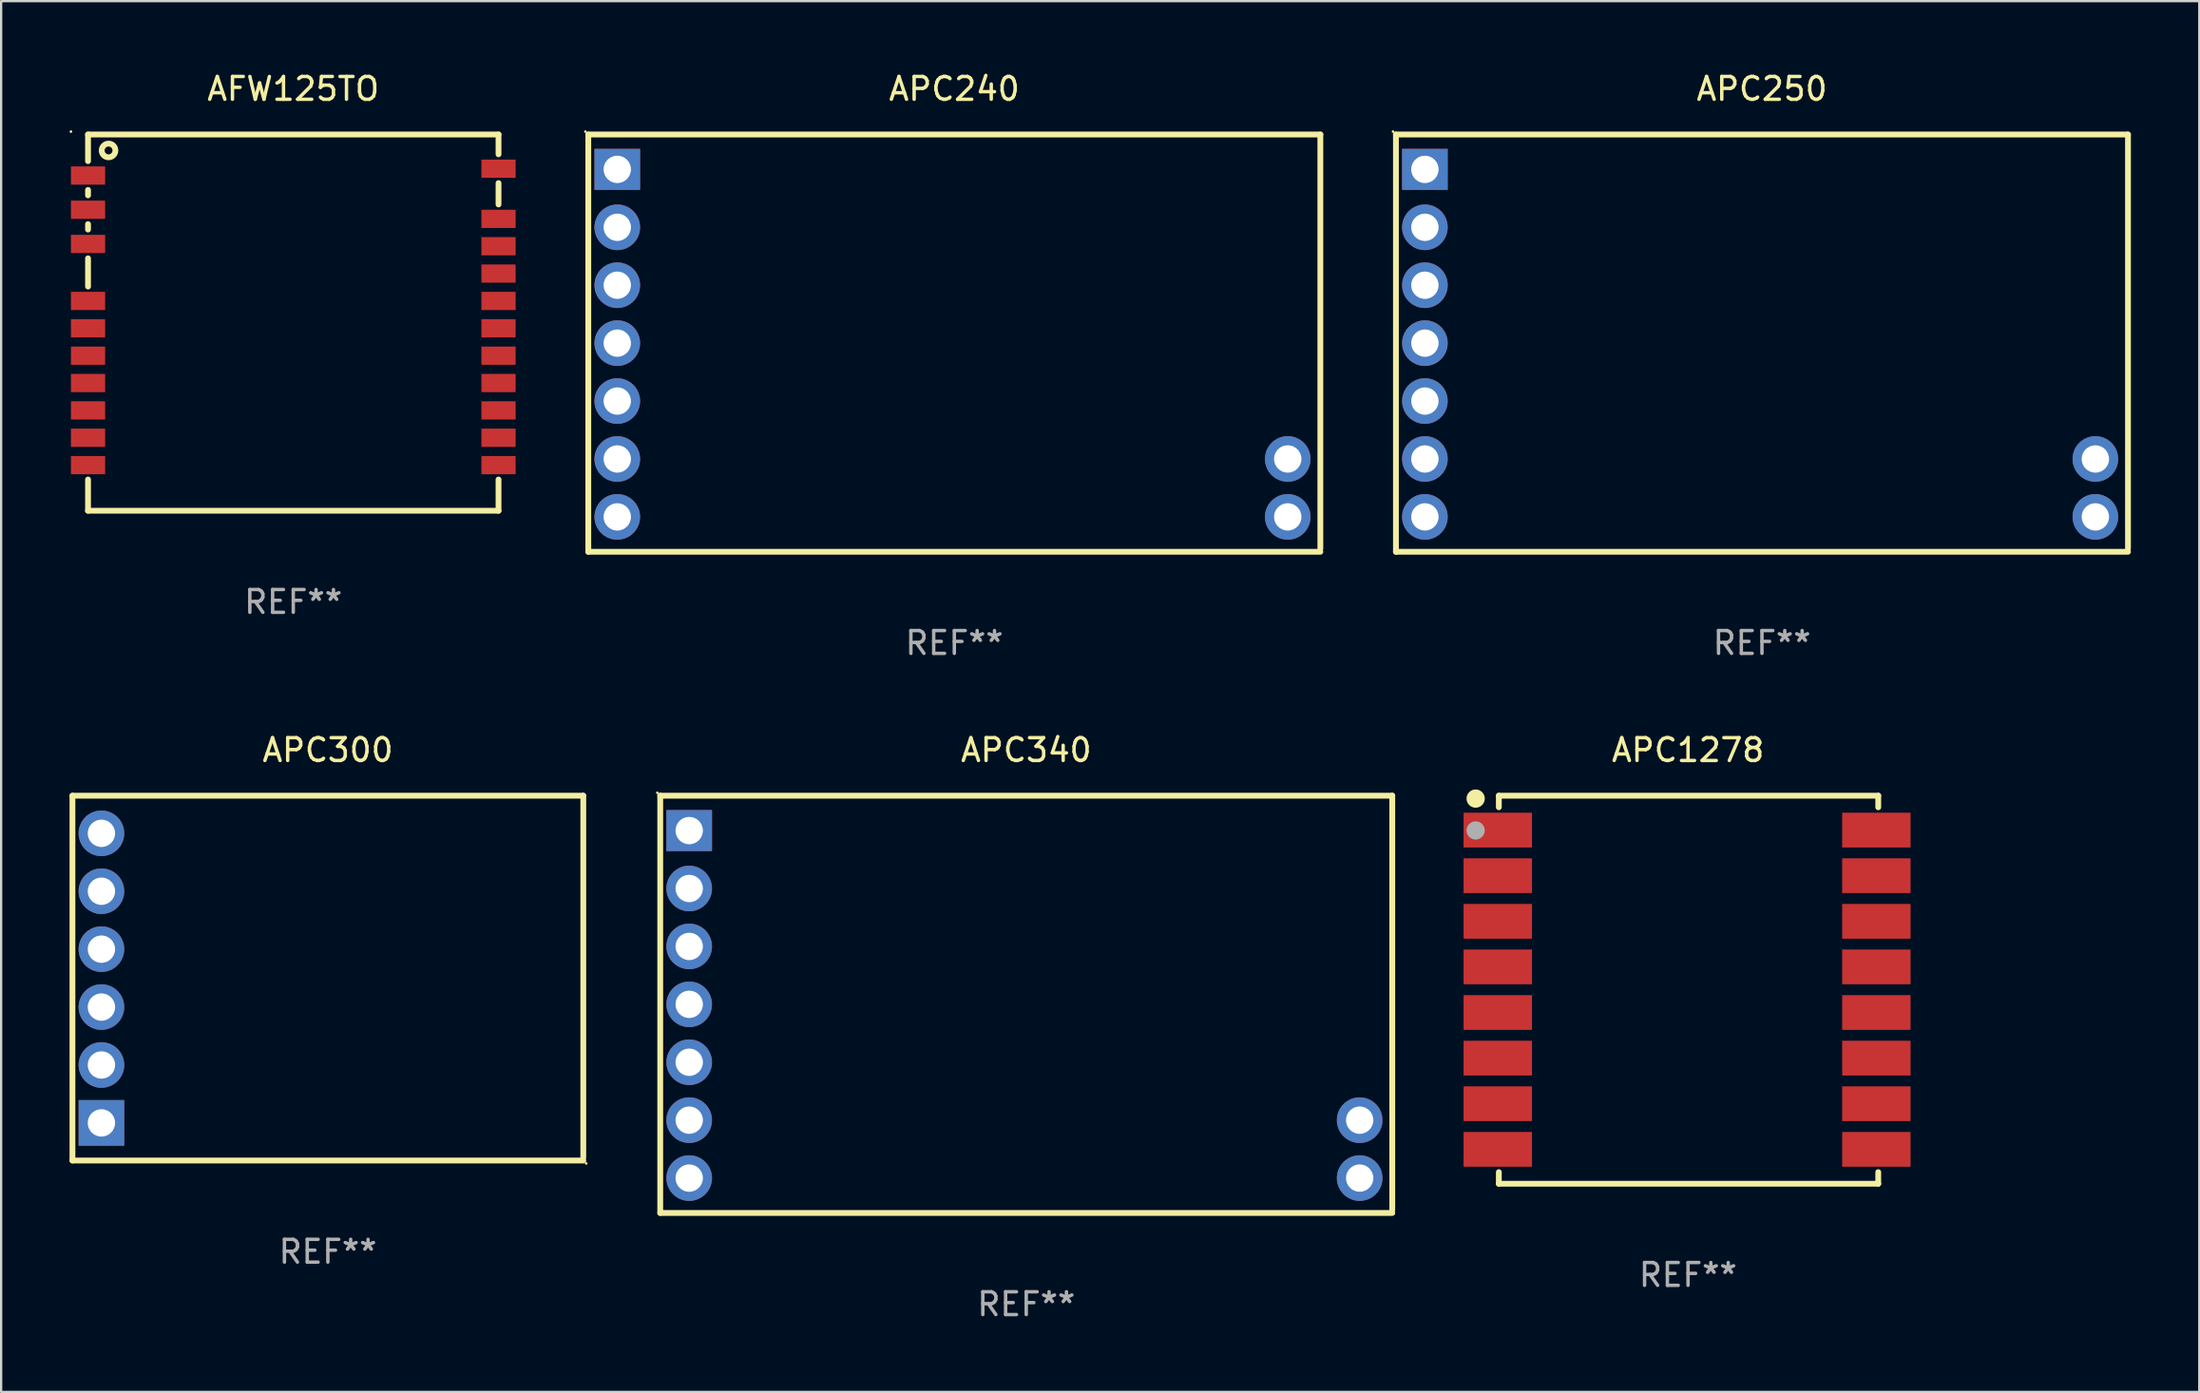
<source format=kicad_pcb>
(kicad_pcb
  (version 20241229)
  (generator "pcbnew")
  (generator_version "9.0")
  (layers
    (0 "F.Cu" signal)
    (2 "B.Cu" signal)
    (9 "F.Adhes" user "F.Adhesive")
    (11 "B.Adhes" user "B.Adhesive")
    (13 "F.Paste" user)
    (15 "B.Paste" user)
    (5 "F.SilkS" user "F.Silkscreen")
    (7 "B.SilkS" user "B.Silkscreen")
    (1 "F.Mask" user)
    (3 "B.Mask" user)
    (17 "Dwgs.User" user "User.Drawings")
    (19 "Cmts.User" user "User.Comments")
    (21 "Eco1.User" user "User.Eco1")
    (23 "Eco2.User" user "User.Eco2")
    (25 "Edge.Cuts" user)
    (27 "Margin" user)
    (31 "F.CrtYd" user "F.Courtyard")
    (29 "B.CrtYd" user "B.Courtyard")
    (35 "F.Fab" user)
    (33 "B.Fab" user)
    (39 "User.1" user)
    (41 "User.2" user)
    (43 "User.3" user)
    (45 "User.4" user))
  (footprint "AFW125TO"
    (layer "F.Cu")
    (at 9.81 11.098)
    (property "Reference" "AFW125TO" (at 0 -10.25 0) (layer "F.SilkS") (effects (font (size 1 1) (thickness 0.15))))
    (attr through_hole)
    (fp_line (start -9 -8.25) (end -9 -7.081) (stroke (width 0.254) (type solid)) (layer "F.SilkS"))
    (fp_line (start -9 -5.819) (end -9 -5.581) (stroke (width 0.254) (type solid)) (layer "F.SilkS"))
    (fp_line (start -9 -4.319) (end -9 -4.081) (stroke (width 0.254) (type solid)) (layer "F.SilkS"))
    (fp_line (start -9 -2.819) (end -9 -1.581) (stroke (width 0.254) (type solid)) (layer "F.SilkS"))
    (fp_line (start -9 6.881) (end -9 8.25) (stroke (width 0.254) (type solid)) (layer "F.SilkS"))
    (fp_line (start -9 8.25) (end 9 8.25) (stroke (width 0.254) (type solid)) (layer "F.SilkS"))
    (fp_line (start 9 -8.25) (end -9 -8.25) (stroke (width 0.254) (type solid)) (layer "F.SilkS"))
    (fp_line (start 9 -8.25) (end 9 -7.381) (stroke (width 0.254) (type solid)) (layer "F.SilkS"))
    (fp_line (start 9 -6.119) (end 9 -5.181) (stroke (width 0.254) (type solid)) (layer "F.SilkS"))
    (fp_line (start 9 6.881) (end 9 8.25) (stroke (width 0.254) (type solid)) (layer "F.SilkS"))
    (fp_circle (center -9.75 -8.377) (end -9.72 -8.377) (stroke (width 0.06) (type solid)) (fill no) (layer "F.SilkS"))
    (fp_circle (center -8.1 -7.55) (end -7.8 -7.55) (stroke (width 0.254) (type solid)) (fill no) (layer "F.SilkS"))
    (fp_text user "REF**" (at 0 12.25 0) (layer "F.Fab") (effects (font (size 1 1) (thickness 0.15))))
    (pad "1" smd rect (at -9 -6.45) (size 1.5 0.8) (layers "F.Cu" "F.Mask" "F.Paste"))
    (pad "2" smd rect (at -9 -4.95) (size 1.5 0.8) (layers "F.Cu" "F.Mask" "F.Paste"))
    (pad "3" smd rect (at -9 -3.45) (size 1.5 0.8) (layers "F.Cu" "F.Mask" "F.Paste"))
    (pad "4" smd rect (at -9 -0.95) (size 1.5 0.8) (layers "F.Cu" "F.Mask" "F.Paste"))
    (pad "5" smd rect (at -9 0.25) (size 1.5 0.8) (layers "F.Cu" "F.Mask" "F.Paste"))
    (pad "6" smd rect (at -9 1.45) (size 1.5 0.8) (layers "F.Cu" "F.Mask" "F.Paste"))
    (pad "7" smd rect (at -9 2.65) (size 1.5 0.8) (layers "F.Cu" "F.Mask" "F.Paste"))
    (pad "8" smd rect (at -9 3.85) (size 1.5 0.8) (layers "F.Cu" "F.Mask" "F.Paste"))
    (pad "9" smd rect (at -9 5.05) (size 1.5 0.8) (layers "F.Cu" "F.Mask" "F.Paste"))
    (pad "10" smd rect (at -9 6.25) (size 1.5 0.8) (layers "F.Cu" "F.Mask" "F.Paste"))
    (pad "11" smd rect (at 9 6.25) (size 1.5 0.8) (layers "F.Cu" "F.Mask" "F.Paste"))
    (pad "12" smd rect (at 9 5.05) (size 1.5 0.8) (layers "F.Cu" "F.Mask" "F.Paste"))
    (pad "13" smd rect (at 9 3.85) (size 1.5 0.8) (layers "F.Cu" "F.Mask" "F.Paste"))
    (pad "14" smd rect (at 9 2.65) (size 1.5 0.8) (layers "F.Cu" "F.Mask" "F.Paste"))
    (pad "15" smd rect (at 9 1.45) (size 1.5 0.8) (layers "F.Cu" "F.Mask" "F.Paste"))
    (pad "16" smd rect (at 9 0.25) (size 1.5 0.8) (layers "F.Cu" "F.Mask" "F.Paste"))
    (pad "17" smd rect (at 9 -0.95) (size 1.5 0.8) (layers "F.Cu" "F.Mask" "F.Paste"))
    (pad "18" smd rect (at 9 -2.15) (size 1.5 0.8) (layers "F.Cu" "F.Mask" "F.Paste"))
    (pad "19" smd rect (at 9 -3.35) (size 1.5 0.8) (layers "F.Cu" "F.Mask" "F.Paste"))
    (pad "20" smd rect (at 9 -4.55) (size 1.5 0.8) (layers "F.Cu" "F.Mask" "F.Paste"))
    (pad "21" smd rect (at 9 -6.75) (size 1.5 0.8) (layers "F.Cu" "F.Mask" "F.Paste")))
  (footprint "APC240"
    (layer "F.Cu")
    (at 38.797 11.998)
    (property "Reference" "APC240" (at 0 -11.15 0) (layer "F.SilkS") (effects (font (size 1 1) (thickness 0.15))))
    (attr through_hole)
    (fp_line (start -16.05 -9.15) (end 16.05 -9.15) (stroke (width 0.254) (type solid)) (layer "F.SilkS"))
    (fp_line (start -16.05 9.15) (end -16.05 -9.15) (stroke (width 0.254) (type solid)) (layer "F.SilkS"))
    (fp_line (start -16.05 9.15) (end 16.05 9.15) (stroke (width 0.254) (type solid)) (layer "F.SilkS"))
    (fp_line (start 16.05 -9.15) (end 16.05 9.017) (stroke (width 0.254) (type solid)) (layer "F.SilkS"))
    (fp_circle (center -16.177 -9.277) (end -16.147 -9.277) (stroke (width 0.06) (type solid)) (fill no) (layer "F.SilkS"))
    (fp_text user "REF**" (at 0 13.15 0) (layer "F.Fab") (effects (font (size 1 1) (thickness 0.15))))
    (pad "1" thru_hole rect (at -14.78 -7.62) (size 2 1.8) (drill 1.2) (layers "*.Cu" "*.Mask"))
    (pad "2" thru_hole circle (at -14.78 -5.08) (size 2 2) (drill 1.2) (layers "*.Cu" "*.Mask"))
    (pad "3" thru_hole circle (at -14.78 -2.54) (size 2 2) (drill 1.2) (layers "*.Cu" "*.Mask"))
    (pad "4" thru_hole circle (at -14.78 0) (size 2 2) (drill 1.2) (layers "*.Cu" "*.Mask"))
    (pad "5" thru_hole circle (at -14.78 2.54) (size 2 2) (drill 1.2) (layers "*.Cu" "*.Mask"))
    (pad "6" thru_hole circle (at -14.78 5.08) (size 2 2) (drill 1.2) (layers "*.Cu" "*.Mask"))
    (pad "7" thru_hole circle (at -14.78 7.62) (size 2 2) (drill 1.2) (layers "*.Cu" "*.Mask"))
    (pad "8" thru_hole circle (at 14.62 7.62) (size 2 2) (drill 1.2) (layers "*.Cu" "*.Mask"))
    (pad "9" thru_hole circle (at 14.62 5.08) (size 2 2) (drill 1.2) (layers "*.Cu" "*.Mask")))
  (footprint "APC300"
    (layer "F.Cu")
    (at 11.327 39.845)
    (property "Reference" "APC300" (at 0 -10 0) (layer "F.SilkS") (effects (font (size 1 1) (thickness 0.15))))
    (attr through_hole)
    (fp_line (start -11.2 -8) (end -11.2 8) (stroke (width 0.254) (type solid)) (layer "F.SilkS"))
    (fp_line (start -11.2 8) (end 11.2 8) (stroke (width 0.254) (type solid)) (layer "F.SilkS"))
    (fp_line (start 11.2 -8) (end -11.2 -8) (stroke (width 0.254) (type solid)) (layer "F.SilkS"))
    (fp_line (start 11.2 -8) (end 11.2 7.874) (stroke (width 0.254) (type solid)) (layer "F.SilkS"))
    (fp_circle (center 11.327 8.127) (end 11.357 8.127) (stroke (width 0.06) (type solid)) (fill no) (layer "F.SilkS"))
    (fp_text user "REF**" (at 0 12 0) (layer "F.Fab") (effects (font (size 1 1) (thickness 0.15))))
    (pad "1" thru_hole rect (at -9.93 6.35) (size 2 2) (drill 1.2) (layers "*.Cu" "*.Mask"))
    (pad "2" thru_hole circle (at -9.93 3.81) (size 2 2) (drill 1.2) (layers "*.Cu" "*.Mask"))
    (pad "3" thru_hole circle (at -9.93 1.27) (size 2 2) (drill 1.2) (layers "*.Cu" "*.Mask"))
    (pad "4" thru_hole circle (at -9.93 -1.27) (size 2 2) (drill 1.2) (layers "*.Cu" "*.Mask"))
    (pad "5" thru_hole circle (at -9.93 -3.81) (size 2 2) (drill 1.2) (layers "*.Cu" "*.Mask"))
    (pad "6" thru_hole circle (at -9.93 -6.35) (size 2 2) (drill 1.2) (layers "*.Cu" "*.Mask")))
  (footprint "APC1278"
    (layer "F.Cu")
    (at 70.969 40.354)
    (property "Reference" "APC1278" (at 0 -10.509 0) (layer "F.SilkS") (effects (font (size 1 1) (thickness 0.15))))
    (attr through_hole)
    (fp_line (start -8.296 8.509) (end -8.296 8.001) (stroke (width 0.254) (type solid)) (layer "F.SilkS"))
    (fp_line (start -8.296 -8.509) (end 8.341 -8.509) (stroke (width 0.254) (type solid)) (layer "F.SilkS"))
    (fp_line (start -8.296 -8.001) (end -8.296 -8.509) (stroke (width 0.254) (type solid)) (layer "F.SilkS"))
    (fp_line (start 8.341 8.001) (end 8.341 8.509) (stroke (width 0.254) (type solid)) (layer "F.SilkS"))
    (fp_line (start 8.341 8.509) (end -8.296 8.509) (stroke (width 0.254) (type solid)) (layer "F.SilkS"))
    (fp_line (start 8.341 -8.509) (end 8.341 -8.001) (stroke (width 0.254) (type solid)) (layer "F.SilkS"))
    (fp_circle (center -9.312 -8.382) (end -9.112 -8.382) (stroke (width 0.4) (type solid)) (fill no) (layer "F.SilkS"))
    (fp_circle (center -8.341 -8.3) (end -8.311 -8.3) (stroke (width 0.06) (type solid)) (fill no) (layer "F.SilkS"))
    (fp_circle (center -9.312 -6.985) (end -9.112 -6.985) (stroke (width 0.4) (type solid)) (fill no) (layer "F.Fab"))
    (fp_text user "REF**" (at 0 12.509 0) (layer "F.Fab") (effects (font (size 1 1) (thickness 0.15))))
    (pad "1" smd rect (at -8.341 -7) (size 3 1.524) (layers "F.Cu" "F.Mask" "F.Paste"))
    (pad "2" smd rect (at -8.341 -5) (size 3 1.524) (layers "F.Cu" "F.Mask" "F.Paste"))
    (pad "3" smd rect (at -8.341 -3) (size 3 1.524) (layers "F.Cu" "F.Mask" "F.Paste"))
    (pad "4" smd rect (at -8.341 -1) (size 3 1.524) (layers "F.Cu" "F.Mask" "F.Paste"))
    (pad "5" smd rect (at -8.341 1) (size 3 1.524) (layers "F.Cu" "F.Mask" "F.Paste"))
    (pad "6" smd rect (at -8.341 3) (size 3 1.524) (layers "F.Cu" "F.Mask" "F.Paste"))
    (pad "7" smd rect (at -8.341 5) (size 3 1.524) (layers "F.Cu" "F.Mask" "F.Paste"))
    (pad "8" smd rect (at -8.341 7) (size 3 1.524) (layers "F.Cu" "F.Mask" "F.Paste"))
    (pad "9" smd rect (at 8.259 7) (size 3 1.524) (layers "F.Cu" "F.Mask" "F.Paste"))
    (pad "10" smd rect (at 8.259 5) (size 3 1.524) (layers "F.Cu" "F.Mask" "F.Paste"))
    (pad "11" smd rect (at 8.259 3) (size 3 1.524) (layers "F.Cu" "F.Mask" "F.Paste"))
    (pad "12" smd rect (at 8.259 1) (size 3 1.524) (layers "F.Cu" "F.Mask" "F.Paste"))
    (pad "13" smd rect (at 8.259 -1) (size 3 1.524) (layers "F.Cu" "F.Mask" "F.Paste"))
    (pad "14" smd rect (at 8.259 -3) (size 3 1.524) (layers "F.Cu" "F.Mask" "F.Paste"))
    (pad "15" smd rect (at 8.259 -5) (size 3 1.524) (layers "F.Cu" "F.Mask" "F.Paste"))
    (pad "16" smd rect (at 8.259 -7) (size 3 1.524) (layers "F.Cu" "F.Mask" "F.Paste")))
  (footprint "APC340"
    (layer "F.Cu")
    (at 41.951 40.995)
    (property "Reference" "APC340" (at 0 -11.15 0) (layer "F.SilkS") (effects (font (size 1 1) (thickness 0.15))))
    (attr through_hole)
    (fp_line (start -16.05 -9.15) (end 16.05 -9.15) (stroke (width 0.254) (type solid)) (layer "F.SilkS"))
    (fp_line (start -16.05 9.15) (end -16.05 -9.15) (stroke (width 0.254) (type solid)) (layer "F.SilkS"))
    (fp_line (start -16.05 9.15) (end 16.05 9.15) (stroke (width 0.254) (type solid)) (layer "F.SilkS"))
    (fp_line (start 16.05 -9.15) (end 16.05 9.017) (stroke (width 0.254) (type solid)) (layer "F.SilkS"))
    (fp_circle (center -16.177 -9.277) (end -16.147 -9.277) (stroke (width 0.06) (type solid)) (fill no) (layer "F.SilkS"))
    (fp_text user "REF**" (at 0 13.15 0) (layer "F.Fab") (effects (font (size 1 1) (thickness 0.15))))
    (pad "1" thru_hole rect (at -14.78 -7.62) (size 2 1.8) (drill 1.2) (layers "*.Cu" "*.Mask"))
    (pad "2" thru_hole circle (at -14.78 -5.08) (size 2 2) (drill 1.2) (layers "*.Cu" "*.Mask"))
    (pad "3" thru_hole circle (at -14.78 -2.54) (size 2 2) (drill 1.2) (layers "*.Cu" "*.Mask"))
    (pad "4" thru_hole circle (at -14.78 0) (size 2 2) (drill 1.2) (layers "*.Cu" "*.Mask"))
    (pad "5" thru_hole circle (at -14.78 2.54) (size 2 2) (drill 1.2) (layers "*.Cu" "*.Mask"))
    (pad "6" thru_hole circle (at -14.78 5.08) (size 2 2) (drill 1.2) (layers "*.Cu" "*.Mask"))
    (pad "7" thru_hole circle (at -14.78 7.62) (size 2 2) (drill 1.2) (layers "*.Cu" "*.Mask"))
    (pad "8" thru_hole circle (at 14.62 7.62) (size 2 2) (drill 1.2) (layers "*.Cu" "*.Mask"))
    (pad "9" thru_hole circle (at 14.62 5.08) (size 2 2) (drill 1.2) (layers "*.Cu" "*.Mask")))
  (footprint "APC250"
    (layer "F.Cu")
    (at 74.211 11.998)
    (property "Reference" "APC250" (at 0 -11.15 0) (layer "F.SilkS") (effects (font (size 1 1) (thickness 0.15))))
    (attr through_hole)
    (fp_line (start -16.05 -9.15) (end 16.05 -9.15) (stroke (width 0.254) (type solid)) (layer "F.SilkS"))
    (fp_line (start -16.05 9.15) (end -16.05 -9.15) (stroke (width 0.254) (type solid)) (layer "F.SilkS"))
    (fp_line (start -16.05 9.15) (end 16.05 9.15) (stroke (width 0.254) (type solid)) (layer "F.SilkS"))
    (fp_line (start 16.05 -9.15) (end 16.05 9.017) (stroke (width 0.254) (type solid)) (layer "F.SilkS"))
    (fp_circle (center -16.177 -9.277) (end -16.147 -9.277) (stroke (width 0.06) (type solid)) (fill no) (layer "F.SilkS"))
    (fp_text user "REF**" (at 0 13.15 0) (layer "F.Fab") (effects (font (size 1 1) (thickness 0.15))))
    (pad "1" thru_hole rect (at -14.78 -7.62) (size 2 1.8) (drill 1.2) (layers "*.Cu" "*.Mask"))
    (pad "2" thru_hole circle (at -14.78 -5.08) (size 2 2) (drill 1.2) (layers "*.Cu" "*.Mask"))
    (pad "3" thru_hole circle (at -14.78 -2.54) (size 2 2) (drill 1.2) (layers "*.Cu" "*.Mask"))
    (pad "4" thru_hole circle (at -14.78 0) (size 2 2) (drill 1.2) (layers "*.Cu" "*.Mask"))
    (pad "5" thru_hole circle (at -14.78 2.54) (size 2 2) (drill 1.2) (layers "*.Cu" "*.Mask"))
    (pad "6" thru_hole circle (at -14.78 5.08) (size 2 2) (drill 1.2) (layers "*.Cu" "*.Mask"))
    (pad "7" thru_hole circle (at -14.78 7.62) (size 2 2) (drill 1.2) (layers "*.Cu" "*.Mask"))
    (pad "8" thru_hole circle (at 14.62 7.62) (size 2 2) (drill 1.2) (layers "*.Cu" "*.Mask"))
    (pad "9" thru_hole circle (at 14.62 5.08) (size 2 2) (drill 1.2) (layers "*.Cu" "*.Mask")))
  (gr_rect
    (start -3 -3)
    (end 93.388 57.993)
    (stroke (width 0.1) (type default))
    (fill no)
    (layer "Edge.Cuts")))
</source>
